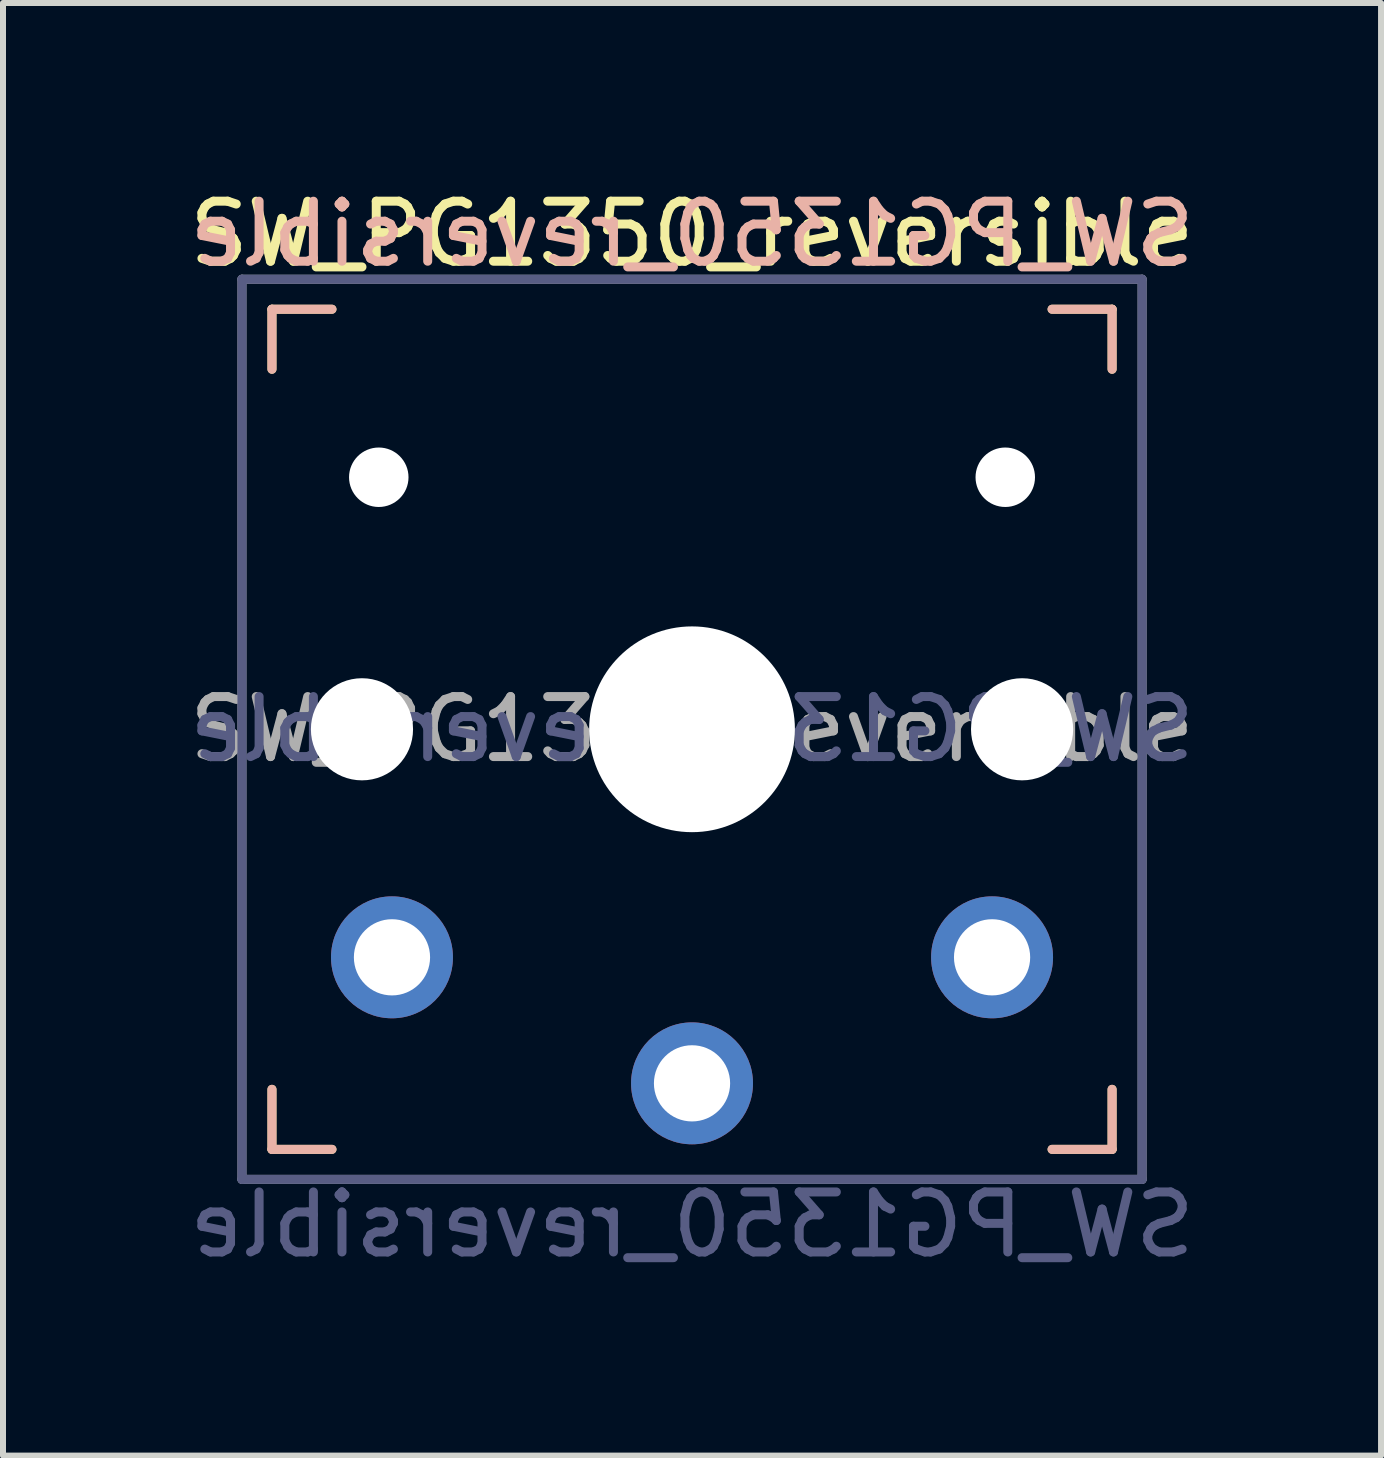
<source format=kicad_pcb>
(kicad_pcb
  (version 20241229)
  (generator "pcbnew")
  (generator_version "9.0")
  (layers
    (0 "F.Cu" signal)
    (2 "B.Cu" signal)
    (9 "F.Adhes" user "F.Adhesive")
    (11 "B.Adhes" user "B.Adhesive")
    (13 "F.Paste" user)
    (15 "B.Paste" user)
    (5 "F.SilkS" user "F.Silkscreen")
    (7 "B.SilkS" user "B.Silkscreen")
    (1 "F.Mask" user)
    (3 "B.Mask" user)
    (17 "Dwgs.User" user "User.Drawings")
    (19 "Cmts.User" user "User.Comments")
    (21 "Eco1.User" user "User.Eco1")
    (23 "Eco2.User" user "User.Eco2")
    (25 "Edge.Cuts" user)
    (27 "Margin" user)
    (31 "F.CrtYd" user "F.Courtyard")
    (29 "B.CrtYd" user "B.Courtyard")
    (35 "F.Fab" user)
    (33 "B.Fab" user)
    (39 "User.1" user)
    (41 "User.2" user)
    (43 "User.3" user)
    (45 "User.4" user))
  (footprint "SW_PG1350_reversible"
    (layer "F.Cu")
    (at 8.482 9.103)
    (property "Reference" "SW_PG1350_reversible" (at 0 -8.255 0) (layer "F.SilkS") (effects (font (size 1 1) (thickness 0.15))))
    (property "Value" "SW_PG1350_reversible" (at 0 8.255 0) (layer "F.Fab") (hide yes) (effects (font (size 1 1) (thickness 0.15))))
    (attr through_hole)
    (fp_line (start -7 -7) (end -6 -7) (stroke (width 0.15) (type solid)) (layer "F.SilkS"))
    (fp_line (start -7 -6) (end -7 -7) (stroke (width 0.15) (type solid)) (layer "F.SilkS"))
    (fp_line (start -7 7) (end -7 6) (stroke (width 0.15) (type solid)) (layer "F.SilkS"))
    (fp_line (start -6 7) (end -7 7) (stroke (width 0.15) (type solid)) (layer "F.SilkS"))
    (fp_line (start 6 -7) (end 7 -7) (stroke (width 0.15) (type solid)) (layer "F.SilkS"))
    (fp_line (start 7 -7) (end 7 -6) (stroke (width 0.15) (type solid)) (layer "F.SilkS"))
    (fp_line (start 7 6) (end 7 7) (stroke (width 0.15) (type solid)) (layer "F.SilkS"))
    (fp_line (start 7 7) (end 6 7) (stroke (width 0.15) (type solid)) (layer "F.SilkS"))
    (fp_line (start -7 -7) (end -6 -7) (stroke (width 0.15) (type solid)) (layer "B.SilkS"))
    (fp_line (start -7 -6) (end -7 -7) (stroke (width 0.15) (type solid)) (layer "B.SilkS"))
    (fp_line (start -7 7) (end -7 6) (stroke (width 0.15) (type solid)) (layer "B.SilkS"))
    (fp_line (start -6 7) (end -7 7) (stroke (width 0.15) (type solid)) (layer "B.SilkS"))
    (fp_line (start 6 -7) (end 7 -7) (stroke (width 0.15) (type solid)) (layer "B.SilkS"))
    (fp_line (start 7 -7) (end 7 -6) (stroke (width 0.15) (type solid)) (layer "B.SilkS"))
    (fp_line (start 7 6) (end 7 7) (stroke (width 0.15) (type solid)) (layer "B.SilkS"))
    (fp_line (start 7 7) (end 6 7) (stroke (width 0.15) (type solid)) (layer "B.SilkS"))
    (fp_line (start -6.9 6.9) (end -6.9 -6.9) (stroke (width 0.15) (type solid)) (layer "Eco2.User"))
    (fp_line (start -6.9 6.9) (end 6.9 6.9) (stroke (width 0.15) (type solid)) (layer "Eco2.User"))
    (fp_line (start -2.6 -3.1) (end -2.6 -6.3) (stroke (width 0.15) (type solid)) (layer "Eco2.User"))
    (fp_line (start -2.6 -3.1) (end 2.6 -3.1) (stroke (width 0.15) (type solid)) (layer "Eco2.User"))
    (fp_line (start 2.6 -6.3) (end -2.6 -6.3) (stroke (width 0.15) (type solid)) (layer "Eco2.User"))
    (fp_line (start 2.6 -3.1) (end 2.6 -6.3) (stroke (width 0.15) (type solid)) (layer "Eco2.User"))
    (fp_line (start 6.9 -6.9) (end -6.9 -6.9) (stroke (width 0.15) (type solid)) (layer "Eco2.User"))
    (fp_line (start 6.9 -6.9) (end 6.9 6.9) (stroke (width 0.15) (type solid)) (layer "Eco2.User"))
    (fp_line (start -7.5 -7.5) (end 7.5 -7.5) (stroke (width 0.15) (type solid)) (layer "B.Fab"))
    (fp_line (start -7.5 7.5) (end -7.5 -7.5) (stroke (width 0.15) (type solid)) (layer "B.Fab"))
    (fp_line (start 7.5 -7.5) (end 7.5 7.5) (stroke (width 0.15) (type solid)) (layer "B.Fab"))
    (fp_line (start 7.5 7.5) (end -7.5 7.5) (stroke (width 0.15) (type solid)) (layer "B.Fab"))
    (fp_line (start -7.5 -7.5) (end 7.5 -7.5) (stroke (width 0.15) (type solid)) (layer "F.Fab"))
    (fp_line (start -7.5 7.5) (end -7.5 -7.5) (stroke (width 0.15) (type solid)) (layer "F.Fab"))
    (fp_line (start 7.5 -7.5) (end 7.5 7.5) (stroke (width 0.15) (type solid)) (layer "F.Fab"))
    (fp_line (start 7.5 7.5) (end -7.5 7.5) (stroke (width 0.15) (type solid)) (layer "F.Fab"))
    (fp_text user "${REFERENCE}" (at 0 -8.255 0) (layer "B.SilkS") (effects (font (size 1 1) (thickness 0.15)) (justify mirror)))
    (fp_text user "${REFERENCE}" (at 0 0 0) (layer "B.Fab") (effects (font (size 1 1) (thickness 0.15)) (justify mirror)))
    (fp_text user "${VALUE}" (at 0 8.255 0) (layer "B.Fab") (effects (font (size 1 1) (thickness 0.15)) (justify mirror)))
    (fp_text user "${REFERENCE}" (at 0 0 0) (layer "F.Fab") (effects (font (size 1 1) (thickness 0.15))))
    (pad "" np_thru_hole circle (at -5.5 0) (size 1.702 1.702) (drill 1.702) (layers "*.Cu" "*.Mask"))
    (pad "" np_thru_hole circle (at -5.22 -4.2) (size 0.991 0.991) (drill 0.991) (layers "*.Cu" "*.Mask"))
    (pad "" np_thru_hole circle (at 0 0) (size 3.429 3.429) (drill 3.429) (layers "*.Cu" "*.Mask"))
    (pad "" np_thru_hole circle (at 5.22 -4.2) (size 0.991 0.991) (drill 0.991) (layers "*.Cu" "*.Mask"))
    (pad "" np_thru_hole circle (at 5.5 0) (size 1.702 1.702) (drill 1.702) (layers "*.Cu" "*.Mask"))
    (pad "1" thru_hole circle (at 0 5.9) (size 2.032 2.032) (drill 1.27) (layers "*.Cu" "*.Mask"))
    (pad "2" thru_hole circle (at -5 3.8) (size 2.032 2.032) (drill 1.27) (layers "*.Cu" "*.Mask"))
    (pad "2" thru_hole circle (at 5 3.8) (size 2.032 2.032) (drill 1.27) (layers "*.Cu" "*.Mask")))
  (gr_rect
    (start -3 -3)
    (end 19.964 21.206)
    (stroke (width 0.1) (type default))
    (fill no)
    (layer "Edge.Cuts")))
</source>
